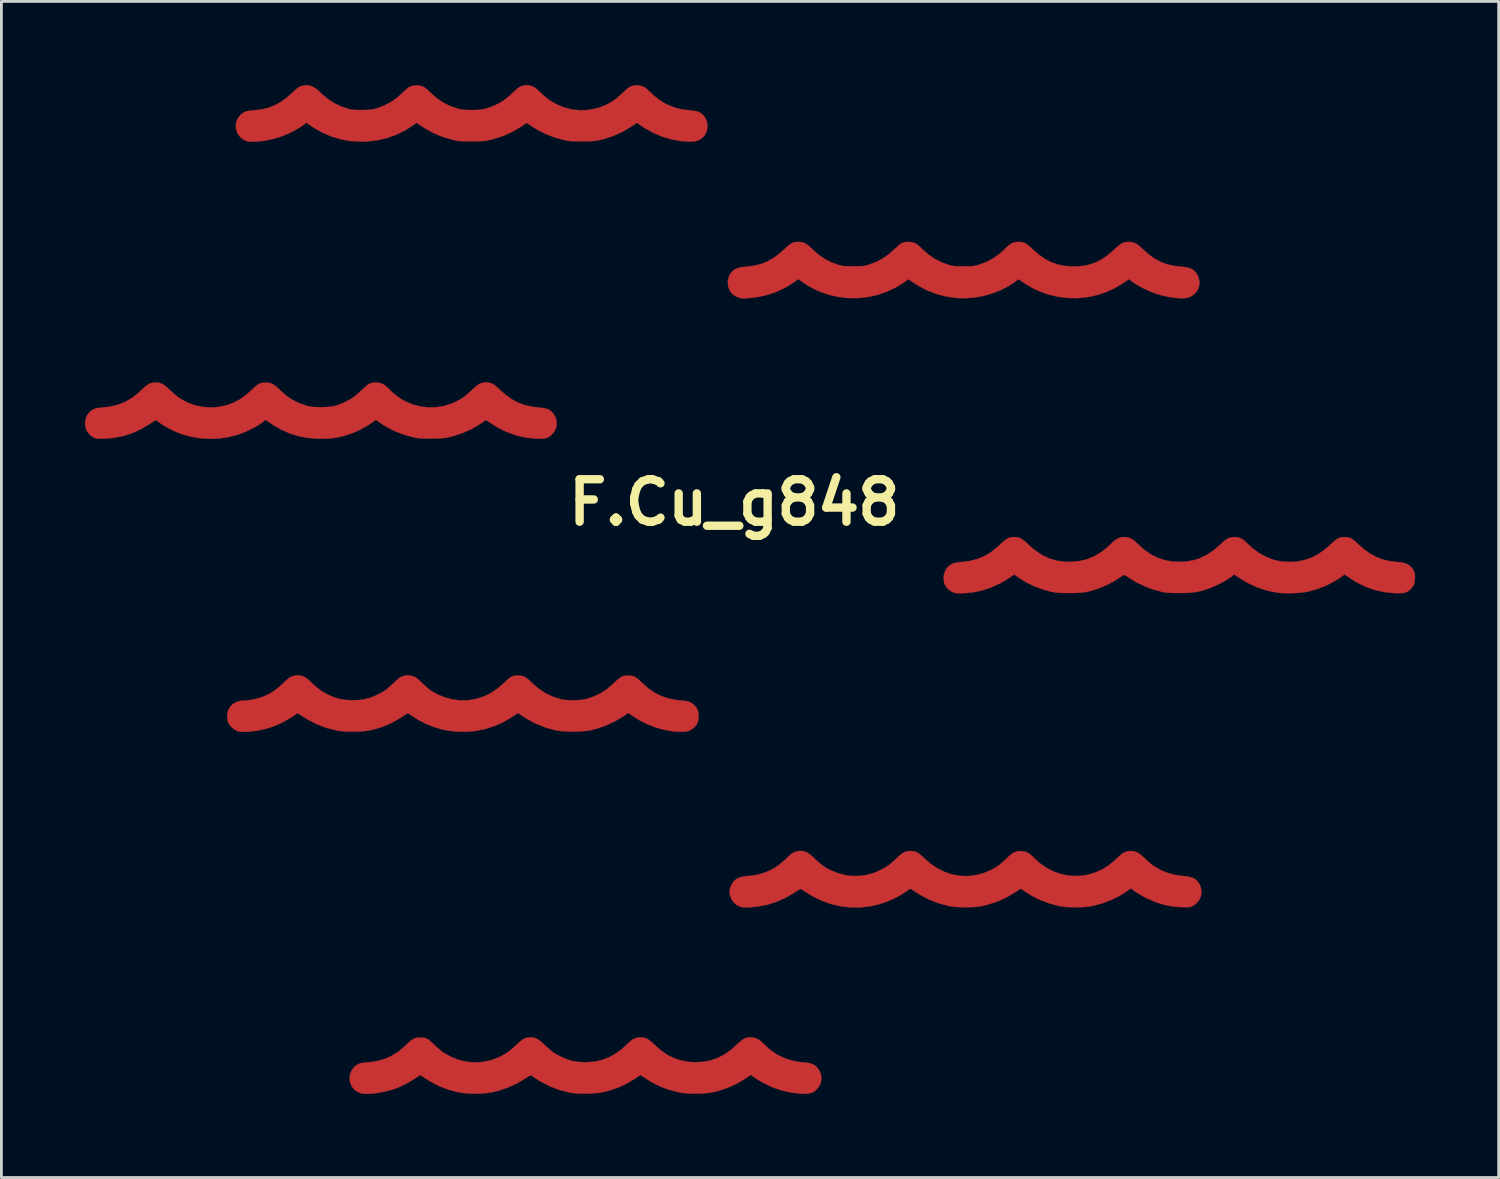
<source format=kicad_pcb>
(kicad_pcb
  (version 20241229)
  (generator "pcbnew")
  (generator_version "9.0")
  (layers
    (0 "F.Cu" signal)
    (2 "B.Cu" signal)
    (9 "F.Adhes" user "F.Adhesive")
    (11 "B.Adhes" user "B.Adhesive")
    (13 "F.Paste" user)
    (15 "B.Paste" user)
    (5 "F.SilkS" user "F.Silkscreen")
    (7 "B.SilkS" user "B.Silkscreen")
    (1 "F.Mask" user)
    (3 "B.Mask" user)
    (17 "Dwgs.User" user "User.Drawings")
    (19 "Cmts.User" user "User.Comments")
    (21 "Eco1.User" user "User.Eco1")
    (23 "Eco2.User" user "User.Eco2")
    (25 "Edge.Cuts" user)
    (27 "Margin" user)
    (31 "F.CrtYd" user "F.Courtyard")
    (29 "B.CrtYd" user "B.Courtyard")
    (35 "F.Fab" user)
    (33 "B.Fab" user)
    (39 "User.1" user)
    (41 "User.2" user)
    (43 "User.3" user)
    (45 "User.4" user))
  (footprint "F.Cu_g848"
    (layer "F.Cu")
    (at 23.309 14.989)
    (property "Reference" "F.Cu_g848" (at 0 0 0) (layer "F.SilkS") (effects (font (size 1.524 1.524) (thickness 0.3))))
    (attr through_hole)
    (fp_poly (pts (xy 0.634 19.204) (xy 0.754 19.226) (xy 0.862 19.274) (xy 0.968 19.351) (xy 1.053 19.433) (xy 1.276 19.639) (xy 1.52 19.808) (xy 1.783 19.939) (xy 2.065 20.033) (xy 2.362 20.089) (xy 2.48 20.099) (xy 2.635 20.115) (xy 2.757 20.142) (xy 2.855 20.184) (xy 2.937 20.244) (xy 2.985 20.294) (xy 3.071 20.421) (xy 3.119 20.558) (xy 3.129 20.701) (xy 3.102 20.841) (xy 3.039 20.971) (xy 2.966 21.06) (xy 2.884 21.132) (xy 2.8 21.182) (xy 2.704 21.212) (xy 2.588 21.226) (xy 2.442 21.225) (xy 2.401 21.224) (xy 2.044 21.184) (xy 1.694 21.104) (xy 1.355 20.987) (xy 1.034 20.833) (xy 0.785 20.68) (xy 0.594 20.549) (xy 0.399 20.68) (xy 0.088 20.865) (xy -0.236 21.012) (xy -0.581 21.125) (xy -0.769 21.171) (xy -0.927 21.196) (xy -1.114 21.213) (xy -1.317 21.22) (xy -1.524 21.219) (xy -1.723 21.209) (xy -1.901 21.189) (xy -2.002 21.171) (xy -2.34 21.082) (xy -2.653 20.966) (xy -2.949 20.818) (xy -3.158 20.689) (xy -3.365 20.551) (xy -3.573 20.689) (xy -3.871 20.866) (xy -4.179 21.008) (xy -4.505 21.117) (xy -4.72 21.169) (xy -4.87 21.194) (xy -5.048 21.21) (xy -5.243 21.219) (xy -5.442 21.22) (xy -5.633 21.213) (xy -5.804 21.198) (xy -5.915 21.18) (xy -6.278 21.087) (xy -6.626 20.954) (xy -6.962 20.782) (xy -7.286 20.569) (xy -7.29 20.566) (xy -7.321 20.569) (xy -7.381 20.598) (xy -7.469 20.653) (xy -7.491 20.668) (xy -7.805 20.856) (xy -8.141 21.009) (xy -8.498 21.126) (xy -8.678 21.17) (xy -8.842 21.196) (xy -9.035 21.213) (xy -9.242 21.221) (xy -9.453 21.219) (xy -9.655 21.207) (xy -9.835 21.186) (xy -9.921 21.171) (xy -10.284 21.071) (xy -10.628 20.935) (xy -10.953 20.76) (xy -11.062 20.69) (xy -11.143 20.636) (xy -11.21 20.592) (xy -11.256 20.563) (xy -11.273 20.553) (xy -11.291 20.564) (xy -11.338 20.594) (xy -11.405 20.638) (xy -11.476 20.685) (xy -11.746 20.848) (xy -12.024 20.984) (xy -12.141 21.031) (xy -12.312 21.088) (xy -12.494 21.137) (xy -12.681 21.176) (xy -12.866 21.205) (xy -13.04 21.223) (xy -13.196 21.229) (xy -13.328 21.221) (xy -13.426 21.2) (xy -13.569 21.129) (xy -13.68 21.031) (xy -13.759 20.904) (xy -13.8 20.777) (xy -13.811 20.645) (xy -13.787 20.513) (xy -13.734 20.389) (xy -13.656 20.28) (xy -13.558 20.194) (xy -13.445 20.138) (xy -13.369 20.121) (xy -13.311 20.115) (xy -13.225 20.106) (xy -13.123 20.095) (xy -13.052 20.087) (xy -12.78 20.044) (xy -12.529 19.969) (xy -12.293 19.861) (xy -12.066 19.716) (xy -11.844 19.533) (xy -11.779 19.472) (xy -11.678 19.376) (xy -11.596 19.306) (xy -11.528 19.259) (xy -11.463 19.23) (xy -11.395 19.215) (xy -11.314 19.21) (xy -11.271 19.209) (xy -11.186 19.211) (xy -11.116 19.221) (xy -11.053 19.241) (xy -10.989 19.276) (xy -10.918 19.331) (xy -10.83 19.409) (xy -10.754 19.481) (xy -10.666 19.563) (xy -10.576 19.641) (xy -10.496 19.707) (xy -10.435 19.751) (xy -10.177 19.897) (xy -9.908 20.004) (xy -9.63 20.072) (xy -9.347 20.1) (xy -9.064 20.087) (xy -8.784 20.034) (xy -8.678 20.002) (xy -8.463 19.921) (xy -8.27 19.823) (xy -8.086 19.701) (xy -7.903 19.549) (xy -7.825 19.476) (xy -7.721 19.378) (xy -7.637 19.308) (xy -7.565 19.26) (xy -7.498 19.229) (xy -7.427 19.211) (xy -7.365 19.204) (xy -7.266 19.201) (xy -7.178 19.214) (xy -7.092 19.246) (xy -7.003 19.302) (xy -6.901 19.385) (xy -6.807 19.472) (xy -6.686 19.585) (xy -6.584 19.673) (xy -6.49 19.745) (xy -6.394 19.806) (xy -6.285 19.864) (xy -6.195 19.907) (xy -5.99 19.993) (xy -5.795 20.051) (xy -5.593 20.083) (xy -5.371 20.094) (xy -5.345 20.095) (xy -5.053 20.077) (xy -4.781 20.023) (xy -4.525 19.931) (xy -4.281 19.801) (xy -4.047 19.631) (xy -3.872 19.473) (xy -3.766 19.372) (xy -3.678 19.3) (xy -3.599 19.251) (xy -3.523 19.222) (xy -3.44 19.206) (xy -3.405 19.202) (xy -3.302 19.201) (xy -3.212 19.216) (xy -3.126 19.252) (xy -3.035 19.312) (xy -2.932 19.401) (xy -2.874 19.457) (xy -2.643 19.661) (xy -2.407 19.825) (xy -2.162 19.948) (xy -1.905 20.033) (xy -1.634 20.081) (xy -1.386 20.094) (xy -1.102 20.077) (xy -0.835 20.025) (xy -0.584 19.936) (xy -0.343 19.81) (xy -0.11 19.643) (xy 0.098 19.457) (xy 0.211 19.351) (xy 0.309 19.277) (xy 0.399 19.229) (xy 0.489 19.205) (xy 0.587 19.201) (xy 0.634 19.204)) (stroke (width 0.01) (type solid)) (fill yes) (layer "F.Cu"))
    (fp_poly (pts (xy 2.32 -9.355) (xy 2.427 -9.346) (xy 2.524 -9.316) (xy 2.619 -9.261) (xy 2.72 -9.175) (xy 2.781 -9.116) (xy 3.005 -8.912) (xy 3.243 -8.746) (xy 3.5 -8.616) (xy 3.719 -8.537) (xy 3.791 -8.516) (xy 3.853 -8.5) (xy 3.916 -8.49) (xy 3.988 -8.484) (xy 4.079 -8.481) (xy 4.198 -8.48) (xy 4.276 -8.479) (xy 4.413 -8.48) (xy 4.518 -8.482) (xy 4.599 -8.486) (xy 4.666 -8.494) (xy 4.727 -8.507) (xy 4.792 -8.525) (xy 4.832 -8.537) (xy 5.091 -8.633) (xy 5.326 -8.756) (xy 5.547 -8.911) (xy 5.756 -9.097) (xy 5.86 -9.197) (xy 5.947 -9.267) (xy 6.026 -9.314) (xy 6.104 -9.341) (xy 6.191 -9.353) (xy 6.255 -9.355) (xy 6.353 -9.35) (xy 6.436 -9.333) (xy 6.514 -9.299) (xy 6.595 -9.243) (xy 6.687 -9.161) (xy 6.752 -9.098) (xy 6.971 -8.903) (xy 7.199 -8.746) (xy 7.445 -8.621) (xy 7.677 -8.537) (xy 7.749 -8.516) (xy 7.811 -8.5) (xy 7.874 -8.49) (xy 7.946 -8.484) (xy 8.037 -8.481) (xy 8.156 -8.48) (xy 8.234 -8.479) (xy 8.372 -8.48) (xy 8.476 -8.482) (xy 8.557 -8.486) (xy 8.624 -8.494) (xy 8.685 -8.507) (xy 8.751 -8.525) (xy 8.79 -8.537) (xy 9.066 -8.641) (xy 9.319 -8.779) (xy 9.554 -8.952) (xy 9.729 -9.116) (xy 9.838 -9.219) (xy 9.935 -9.29) (xy 10.03 -9.333) (xy 10.13 -9.353) (xy 10.189 -9.355) (xy 10.279 -9.353) (xy 10.354 -9.342) (xy 10.423 -9.318) (xy 10.494 -9.277) (xy 10.573 -9.216) (xy 10.671 -9.129) (xy 10.722 -9.081) (xy 10.94 -8.893) (xy 11.155 -8.742) (xy 11.372 -8.628) (xy 11.598 -8.547) (xy 11.84 -8.496) (xy 12.097 -8.473) (xy 12.386 -8.477) (xy 12.653 -8.516) (xy 12.905 -8.59) (xy 13.143 -8.701) (xy 13.374 -8.852) (xy 13.601 -9.042) (xy 13.619 -9.06) (xy 13.734 -9.166) (xy 13.828 -9.244) (xy 13.909 -9.297) (xy 13.984 -9.331) (xy 14.061 -9.349) (xy 14.147 -9.355) (xy 14.161 -9.355) (xy 14.259 -9.349) (xy 14.346 -9.328) (xy 14.43 -9.289) (xy 14.52 -9.226) (xy 14.624 -9.136) (xy 14.679 -9.083) (xy 14.89 -8.895) (xy 15.1 -8.746) (xy 15.317 -8.631) (xy 15.548 -8.548) (xy 15.801 -8.494) (xy 16.031 -8.467) (xy 16.196 -8.449) (xy 16.325 -8.42) (xy 16.428 -8.378) (xy 16.51 -8.32) (xy 16.58 -8.243) (xy 16.584 -8.237) (xy 16.659 -8.101) (xy 16.696 -7.96) (xy 16.696 -7.82) (xy 16.661 -7.686) (xy 16.593 -7.565) (xy 16.496 -7.463) (xy 16.369 -7.385) (xy 16.284 -7.353) (xy 16.192 -7.335) (xy 16.079 -7.33) (xy 15.939 -7.336) (xy 15.767 -7.355) (xy 15.6 -7.379) (xy 15.352 -7.433) (xy 15.091 -7.515) (xy 14.83 -7.62) (xy 14.583 -7.742) (xy 14.362 -7.877) (xy 14.32 -7.906) (xy 14.166 -8.017) (xy 13.999 -7.901) (xy 13.688 -7.711) (xy 13.36 -7.558) (xy 13.021 -7.445) (xy 12.672 -7.371) (xy 12.317 -7.336) (xy 11.959 -7.342) (xy 11.602 -7.389) (xy 11.248 -7.476) (xy 11.197 -7.493) (xy 10.96 -7.579) (xy 10.742 -7.68) (xy 10.525 -7.804) (xy 10.407 -7.881) (xy 10.203 -8.017) (xy 10.092 -7.934) (xy 9.818 -7.754) (xy 9.518 -7.604) (xy 9.199 -7.485) (xy 8.868 -7.398) (xy 8.53 -7.347) (xy 8.193 -7.332) (xy 7.959 -7.344) (xy 7.59 -7.399) (xy 7.239 -7.492) (xy 6.905 -7.623) (xy 6.585 -7.794) (xy 6.45 -7.881) (xy 6.253 -8.015) (xy 6.106 -7.911) (xy 5.799 -7.72) (xy 5.476 -7.567) (xy 5.139 -7.452) (xy 4.794 -7.375) (xy 4.442 -7.338) (xy 4.088 -7.339) (xy 3.734 -7.38) (xy 3.385 -7.46) (xy 3.044 -7.581) (xy 3.009 -7.596) (xy 2.837 -7.678) (xy 2.661 -7.775) (xy 2.498 -7.877) (xy 2.397 -7.949) (xy 2.303 -8.021) (xy 2.194 -7.942) (xy 1.884 -7.742) (xy 1.56 -7.582) (xy 1.22 -7.462) (xy 0.864 -7.38) (xy 0.603 -7.346) (xy 0.48 -7.335) (xy 0.39 -7.328) (xy 0.323 -7.327) (xy 0.271 -7.331) (xy 0.224 -7.339) (xy 0.201 -7.344) (xy 0.051 -7.402) (xy -0.07 -7.489) (xy -0.158 -7.602) (xy -0.213 -7.738) (xy -0.232 -7.895) (xy -0.232 -7.895) (xy -0.216 -8.042) (xy -0.167 -8.169) (xy -0.088 -8.28) (xy -0.015 -8.347) (xy 0.076 -8.397) (xy 0.191 -8.433) (xy 0.336 -8.457) (xy 0.441 -8.467) (xy 0.707 -8.501) (xy 0.95 -8.56) (xy 1.177 -8.649) (xy 1.396 -8.77) (xy 1.611 -8.926) (xy 1.81 -9.102) (xy 1.914 -9.198) (xy 1.999 -9.266) (xy 2.073 -9.312) (xy 2.145 -9.339) (xy 2.224 -9.352) (xy 2.319 -9.355) (xy 2.32 -9.355)) (stroke (width 0.01) (type solid)) (fill yes) (layer "F.Cu"))
    (fp_poly (pts (xy 14.103 1.248) (xy 14.196 1.273) (xy 14.287 1.32) (xy 14.385 1.393) (xy 14.498 1.497) (xy 14.513 1.513) (xy 14.74 1.713) (xy 14.976 1.874) (xy 15.224 1.994) (xy 15.488 2.077) (xy 15.77 2.123) (xy 15.896 2.131) (xy 16.189 2.125) (xy 16.467 2.079) (xy 16.731 1.995) (xy 16.983 1.87) (xy 17.224 1.705) (xy 17.431 1.524) (xy 17.544 1.418) (xy 17.639 1.341) (xy 17.723 1.289) (xy 17.804 1.258) (xy 17.889 1.243) (xy 17.949 1.24) (xy 18.078 1.251) (xy 18.191 1.288) (xy 18.297 1.356) (xy 18.408 1.46) (xy 18.409 1.461) (xy 18.606 1.645) (xy 18.83 1.807) (xy 19.069 1.942) (xy 19.316 2.043) (xy 19.42 2.074) (xy 19.594 2.109) (xy 19.789 2.129) (xy 19.99 2.134) (xy 20.18 2.123) (xy 20.285 2.108) (xy 20.527 2.049) (xy 20.748 1.968) (xy 20.957 1.859) (xy 21.161 1.719) (xy 21.367 1.542) (xy 21.396 1.515) (xy 21.505 1.416) (xy 21.592 1.343) (xy 21.667 1.293) (xy 21.735 1.262) (xy 21.806 1.246) (xy 21.886 1.241) (xy 21.907 1.24) (xy 21.999 1.245) (xy 22.077 1.261) (xy 22.151 1.293) (xy 22.229 1.345) (xy 22.32 1.422) (xy 22.395 1.492) (xy 22.617 1.687) (xy 22.838 1.843) (xy 23.063 1.964) (xy 23.299 2.051) (xy 23.552 2.108) (xy 23.791 2.136) (xy 23.955 2.154) (xy 24.085 2.182) (xy 24.188 2.226) (xy 24.271 2.289) (xy 24.343 2.374) (xy 24.379 2.431) (xy 24.41 2.489) (xy 24.427 2.543) (xy 24.435 2.61) (xy 24.437 2.699) (xy 24.429 2.832) (xy 24.401 2.938) (xy 24.348 3.03) (xy 24.272 3.115) (xy 24.208 3.171) (xy 24.144 3.211) (xy 24.072 3.238) (xy 23.983 3.252) (xy 23.869 3.257) (xy 23.723 3.254) (xy 23.701 3.253) (xy 23.345 3.218) (xy 23.003 3.143) (xy 22.673 3.028) (xy 22.353 2.872) (xy 22.109 2.72) (xy 21.908 2.584) (xy 21.753 2.695) (xy 21.512 2.848) (xy 21.242 2.984) (xy 20.954 3.098) (xy 20.659 3.185) (xy 20.638 3.19) (xy 20.464 3.222) (xy 20.262 3.244) (xy 20.045 3.256) (xy 19.826 3.258) (xy 19.619 3.248) (xy 19.441 3.229) (xy 19.103 3.155) (xy 18.768 3.043) (xy 18.445 2.894) (xy 18.147 2.716) (xy 17.944 2.58) (xy 17.899 2.621) (xy 17.815 2.688) (xy 17.7 2.763) (xy 17.563 2.843) (xy 17.413 2.922) (xy 17.259 2.995) (xy 17.111 3.058) (xy 17.037 3.086) (xy 16.87 3.142) (xy 16.718 3.184) (xy 16.57 3.214) (xy 16.415 3.233) (xy 16.243 3.245) (xy 16.043 3.249) (xy 15.981 3.249) (xy 15.812 3.248) (xy 15.677 3.245) (xy 15.568 3.239) (xy 15.477 3.23) (xy 15.397 3.217) (xy 15.367 3.211) (xy 15.053 3.127) (xy 14.743 3.012) (xy 14.449 2.871) (xy 14.181 2.709) (xy 14.171 2.701) (xy 14.092 2.648) (xy 14.039 2.616) (xy 14.004 2.602) (xy 13.98 2.603) (xy 13.959 2.614) (xy 13.673 2.803) (xy 13.391 2.955) (xy 13.108 3.074) (xy 13.031 3.101) (xy 12.879 3.15) (xy 12.746 3.186) (xy 12.623 3.213) (xy 12.497 3.231) (xy 12.36 3.242) (xy 12.201 3.248) (xy 12.023 3.249) (xy 11.866 3.249) (xy 11.743 3.246) (xy 11.645 3.242) (xy 11.562 3.234) (xy 11.485 3.223) (xy 11.406 3.208) (xy 11.369 3.2) (xy 11.047 3.111) (xy 10.738 2.993) (xy 10.451 2.849) (xy 10.211 2.697) (xy 10.055 2.585) (xy 9.855 2.718) (xy 9.547 2.901) (xy 9.226 3.048) (xy 8.897 3.157) (xy 8.563 3.228) (xy 8.229 3.258) (xy 8.149 3.26) (xy 8.045 3.259) (xy 7.97 3.255) (xy 7.914 3.245) (xy 7.865 3.228) (xy 7.811 3.202) (xy 7.808 3.201) (xy 7.7 3.126) (xy 7.61 3.029) (xy 7.549 2.921) (xy 7.536 2.883) (xy 7.514 2.733) (xy 7.527 2.585) (xy 7.574 2.448) (xy 7.652 2.33) (xy 7.694 2.288) (xy 7.763 2.235) (xy 7.833 2.196) (xy 7.915 2.169) (xy 8.019 2.15) (xy 8.154 2.137) (xy 8.169 2.135) (xy 8.465 2.097) (xy 8.736 2.026) (xy 8.987 1.92) (xy 9.224 1.778) (xy 9.451 1.596) (xy 9.544 1.507) (xy 9.655 1.403) (xy 9.75 1.329) (xy 9.836 1.28) (xy 9.924 1.252) (xy 10.02 1.242) (xy 10.054 1.241) (xy 10.143 1.246) (xy 10.222 1.265) (xy 10.301 1.3) (xy 10.385 1.357) (xy 10.482 1.438) (xy 10.583 1.533) (xy 10.817 1.733) (xy 11.062 1.893) (xy 11.318 2.011) (xy 11.586 2.09) (xy 11.868 2.129) (xy 12.118 2.131) (xy 12.403 2.1) (xy 12.668 2.036) (xy 12.916 1.936) (xy 13.151 1.798) (xy 13.376 1.622) (xy 13.513 1.492) (xy 13.627 1.385) (xy 13.73 1.311) (xy 13.828 1.265) (xy 13.932 1.243) (xy 14.002 1.24) (xy 14.103 1.248)) (stroke (width 0.01) (type solid)) (fill yes) (layer "F.Cu"))
    (fp_poly (pts (xy -8.814 -4.304) (xy -8.743 -4.284) (xy -8.689 -4.265) (xy -8.637 -4.237) (xy -8.578 -4.194) (xy -8.506 -4.131) (xy -8.425 -4.055) (xy -8.203 -3.86) (xy -7.982 -3.704) (xy -7.756 -3.584) (xy -7.518 -3.496) (xy -7.261 -3.438) (xy -7.017 -3.41) (xy -6.865 -3.393) (xy -6.746 -3.368) (xy -6.652 -3.331) (xy -6.574 -3.278) (xy -6.51 -3.212) (xy -6.428 -3.087) (xy -6.383 -2.949) (xy -6.375 -2.807) (xy -6.402 -2.667) (xy -6.465 -2.537) (xy -6.557 -2.43) (xy -6.631 -2.371) (xy -6.705 -2.329) (xy -6.789 -2.303) (xy -6.891 -2.291) (xy -7.022 -2.289) (xy -7.107 -2.292) (xy -7.464 -2.328) (xy -7.812 -2.405) (xy -8.15 -2.524) (xy -8.476 -2.682) (xy -8.705 -2.823) (xy -8.912 -2.961) (xy -9.113 -2.825) (xy -9.419 -2.643) (xy -9.75 -2.494) (xy -10.106 -2.379) (xy -10.288 -2.335) (xy -10.367 -2.32) (xy -10.454 -2.31) (xy -10.555 -2.302) (xy -10.68 -2.298) (xy -10.836 -2.297) (xy -10.89 -2.297) (xy -11.045 -2.297) (xy -11.167 -2.3) (xy -11.265 -2.304) (xy -11.349 -2.312) (xy -11.426 -2.324) (xy -11.508 -2.34) (xy -11.533 -2.346) (xy -11.899 -2.448) (xy -12.245 -2.588) (xy -12.569 -2.763) (xy -12.798 -2.919) (xy -12.865 -2.968) (xy -12.98 -2.883) (xy -13.199 -2.738) (xy -13.446 -2.606) (xy -13.707 -2.492) (xy -13.966 -2.403) (xy -14.076 -2.374) (xy -14.252 -2.335) (xy -14.414 -2.309) (xy -14.576 -2.294) (xy -14.752 -2.289) (xy -14.955 -2.292) (xy -14.962 -2.292) (xy -15.304 -2.319) (xy -15.624 -2.378) (xy -15.929 -2.47) (xy -16.226 -2.598) (xy -16.523 -2.765) (xy -16.634 -2.837) (xy -16.83 -2.968) (xy -16.877 -2.926) (xy -16.969 -2.853) (xy -17.093 -2.772) (xy -17.241 -2.689) (xy -17.402 -2.607) (xy -17.57 -2.53) (xy -17.735 -2.465) (xy -17.823 -2.434) (xy -18.145 -2.35) (xy -18.483 -2.3) (xy -18.828 -2.286) (xy -19.173 -2.307) (xy -19.51 -2.363) (xy -19.77 -2.434) (xy -19.948 -2.499) (xy -20.138 -2.582) (xy -20.324 -2.675) (xy -20.493 -2.772) (xy -20.602 -2.845) (xy -20.768 -2.964) (xy -20.961 -2.835) (xy -21.276 -2.646) (xy -21.594 -2.498) (xy -21.918 -2.391) (xy -22.251 -2.323) (xy -22.574 -2.295) (xy -22.708 -2.292) (xy -22.807 -2.293) (xy -22.879 -2.298) (xy -22.932 -2.309) (xy -22.953 -2.316) (xy -23.081 -2.385) (xy -23.184 -2.485) (xy -23.259 -2.607) (xy -23.299 -2.745) (xy -23.305 -2.82) (xy -23.295 -2.959) (xy -23.262 -3.071) (xy -23.202 -3.171) (xy -23.171 -3.209) (xy -23.102 -3.28) (xy -23.031 -3.331) (xy -22.95 -3.367) (xy -22.848 -3.391) (xy -22.716 -3.407) (xy -22.669 -3.41) (xy -22.369 -3.449) (xy -22.095 -3.519) (xy -21.842 -3.623) (xy -21.606 -3.763) (xy -21.383 -3.941) (xy -21.289 -4.03) (xy -21.178 -4.135) (xy -21.086 -4.21) (xy -21.003 -4.261) (xy -20.922 -4.29) (xy -20.836 -4.303) (xy -20.786 -4.305) (xy -20.695 -4.303) (xy -20.618 -4.291) (xy -20.548 -4.266) (xy -20.476 -4.223) (xy -20.395 -4.159) (xy -20.295 -4.069) (xy -20.257 -4.033) (xy -20.15 -3.935) (xy -20.037 -3.841) (xy -19.932 -3.76) (xy -19.855 -3.708) (xy -19.601 -3.576) (xy -19.334 -3.483) (xy -19.058 -3.428) (xy -18.778 -3.411) (xy -18.499 -3.433) (xy -18.224 -3.492) (xy -17.958 -3.591) (xy -17.737 -3.708) (xy -17.647 -3.77) (xy -17.54 -3.853) (xy -17.428 -3.948) (xy -17.335 -4.033) (xy -17.228 -4.132) (xy -17.141 -4.205) (xy -17.067 -4.254) (xy -16.997 -4.284) (xy -16.924 -4.3) (xy -16.839 -4.305) (xy -16.806 -4.305) (xy -16.708 -4.298) (xy -16.621 -4.275) (xy -16.535 -4.231) (xy -16.444 -4.163) (xy -16.339 -4.066) (xy -16.307 -4.035) (xy -16.087 -3.839) (xy -15.853 -3.681) (xy -15.598 -3.556) (xy -15.333 -3.468) (xy -15.256 -3.449) (xy -15.181 -3.436) (xy -15.096 -3.428) (xy -14.991 -3.423) (xy -14.856 -3.422) (xy -14.838 -3.422) (xy -14.652 -3.426) (xy -14.496 -3.439) (xy -14.357 -3.463) (xy -14.223 -3.503) (xy -14.08 -3.559) (xy -13.975 -3.608) (xy -13.856 -3.668) (xy -13.757 -3.723) (xy -13.667 -3.783) (xy -13.577 -3.853) (xy -13.477 -3.94) (xy -13.364 -4.045) (xy -13.272 -4.131) (xy -13.202 -4.192) (xy -13.146 -4.234) (xy -13.096 -4.262) (xy -13.045 -4.282) (xy -13.026 -4.288) (xy -12.873 -4.312) (xy -12.726 -4.294) (xy -12.586 -4.236) (xy -12.456 -4.137) (xy -12.396 -4.074) (xy -12.305 -3.982) (xy -12.188 -3.882) (xy -12.058 -3.783) (xy -11.926 -3.695) (xy -11.813 -3.631) (xy -11.545 -3.519) (xy -11.268 -3.447) (xy -10.985 -3.413) (xy -10.701 -3.419) (xy -10.421 -3.465) (xy -10.15 -3.55) (xy -10.04 -3.598) (xy -9.901 -3.667) (xy -9.779 -3.739) (xy -9.663 -3.822) (xy -9.541 -3.923) (xy -9.408 -4.045) (xy -9.314 -4.133) (xy -9.242 -4.195) (xy -9.185 -4.237) (xy -9.133 -4.265) (xy -9.081 -4.284) (xy -9.079 -4.285) (xy -8.98 -4.309) (xy -8.899 -4.316) (xy -8.814 -4.304)) (stroke (width 0.01) (type solid)) (fill yes) (layer "F.Cu"))
    (fp_poly (pts (xy -15.534 6.224) (xy -15.497 6.235) (xy -15.445 6.254) (xy -15.393 6.282) (xy -15.335 6.325) (xy -15.261 6.388) (xy -15.17 6.473) (xy -15.031 6.6) (xy -14.908 6.701) (xy -14.789 6.785) (xy -14.663 6.858) (xy -14.532 6.923) (xy -14.343 7.002) (xy -14.157 7.055) (xy -13.961 7.086) (xy -13.743 7.098) (xy -13.695 7.099) (xy -13.474 7.091) (xy -13.279 7.065) (xy -13.095 7.017) (xy -12.908 6.946) (xy -12.835 6.912) (xy -12.716 6.854) (xy -12.616 6.798) (xy -12.525 6.738) (xy -12.433 6.666) (xy -12.331 6.577) (xy -12.222 6.475) (xy -12.127 6.387) (xy -12.055 6.325) (xy -11.996 6.282) (xy -11.945 6.254) (xy -11.893 6.235) (xy -11.893 6.235) (xy -11.78 6.208) (xy -11.681 6.205) (xy -11.575 6.225) (xy -11.538 6.235) (xy -11.486 6.254) (xy -11.435 6.281) (xy -11.378 6.323) (xy -11.307 6.384) (xy -11.215 6.47) (xy -11.211 6.474) (xy -11.123 6.556) (xy -11.037 6.634) (xy -10.961 6.699) (xy -10.904 6.743) (xy -10.897 6.748) (xy -10.664 6.884) (xy -10.411 6.989) (xy -10.146 7.062) (xy -9.876 7.101) (xy -9.611 7.104) (xy -9.496 7.092) (xy -9.22 7.039) (xy -8.964 6.952) (xy -8.722 6.831) (xy -8.49 6.672) (xy -8.266 6.476) (xy -8.163 6.379) (xy -8.082 6.31) (xy -8.013 6.262) (xy -7.948 6.233) (xy -7.88 6.219) (xy -7.8 6.213) (xy -7.768 6.213) (xy -7.672 6.217) (xy -7.591 6.232) (xy -7.517 6.262) (xy -7.44 6.312) (xy -7.353 6.386) (xy -7.261 6.475) (xy -7.028 6.679) (xy -6.779 6.844) (xy -6.512 6.971) (xy -6.227 7.062) (xy -6.221 7.063) (xy -6.089 7.086) (xy -5.929 7.098) (xy -5.757 7.101) (xy -5.586 7.093) (xy -5.43 7.077) (xy -5.309 7.053) (xy -5.044 6.966) (xy -4.805 6.853) (xy -4.584 6.71) (xy -4.37 6.531) (xy -4.326 6.488) (xy -4.22 6.388) (xy -4.134 6.315) (xy -4.06 6.265) (xy -3.99 6.234) (xy -3.916 6.219) (xy -3.83 6.214) (xy -3.81 6.213) (xy -3.717 6.217) (xy -3.639 6.231) (xy -3.566 6.261) (xy -3.492 6.309) (xy -3.406 6.381) (xy -3.301 6.481) (xy -3.301 6.481) (xy -3.08 6.677) (xy -2.849 6.833) (xy -2.605 6.953) (xy -2.341 7.04) (xy -2.054 7.094) (xy -1.903 7.109) (xy -1.769 7.122) (xy -1.666 7.141) (xy -1.586 7.167) (xy -1.518 7.205) (xy -1.453 7.258) (xy -1.443 7.268) (xy -1.363 7.357) (xy -1.312 7.452) (xy -1.287 7.564) (xy -1.281 7.673) (xy -1.29 7.807) (xy -1.32 7.914) (xy -1.376 8.007) (xy -1.443 8.079) (xy -1.537 8.153) (xy -1.64 8.201) (xy -1.763 8.227) (xy -1.892 8.233) (xy -2.2 8.215) (xy -2.515 8.16) (xy -2.831 8.071) (xy -3.14 7.95) (xy -3.432 7.801) (xy -3.617 7.684) (xy -3.806 7.555) (xy -3.979 7.673) (xy -4.283 7.855) (xy -4.609 8.007) (xy -4.95 8.124) (xy -5.15 8.175) (xy -5.299 8.199) (xy -5.476 8.216) (xy -5.671 8.224) (xy -5.872 8.225) (xy -6.067 8.218) (xy -6.246 8.203) (xy -6.396 8.18) (xy -6.417 8.176) (xy -6.776 8.077) (xy -7.111 7.944) (xy -7.428 7.776) (xy -7.559 7.693) (xy -7.765 7.556) (xy -7.967 7.693) (xy -8.274 7.876) (xy -8.599 8.022) (xy -8.938 8.13) (xy -9.287 8.201) (xy -9.642 8.232) (xy -10 8.224) (xy -10.356 8.175) (xy -10.526 8.137) (xy -10.801 8.053) (xy -11.074 7.941) (xy -11.333 7.808) (xy -11.565 7.66) (xy -11.597 7.636) (xy -11.672 7.586) (xy -11.72 7.566) (xy -11.739 7.569) (xy -11.984 7.732) (xy -12.213 7.865) (xy -12.435 7.974) (xy -12.659 8.062) (xy -12.894 8.134) (xy -13.102 8.184) (xy -13.223 8.202) (xy -13.374 8.216) (xy -13.546 8.223) (xy -13.727 8.225) (xy -13.906 8.221) (xy -14.072 8.211) (xy -14.214 8.195) (xy -14.276 8.184) (xy -14.64 8.091) (xy -14.983 7.96) (xy -15.307 7.793) (xy -15.465 7.693) (xy -15.558 7.634) (xy -15.631 7.592) (xy -15.68 7.571) (xy -15.697 7.571) (xy -15.895 7.709) (xy -16.118 7.841) (xy -16.349 7.958) (xy -16.498 8.021) (xy -16.658 8.078) (xy -16.833 8.127) (xy -17.015 8.169) (xy -17.198 8.201) (xy -17.374 8.223) (xy -17.535 8.234) (xy -17.676 8.233) (xy -17.787 8.219) (xy -17.834 8.206) (xy -17.975 8.131) (xy -18.085 8.029) (xy -18.117 7.987) (xy -18.166 7.899) (xy -18.194 7.812) (xy -18.202 7.71) (xy -18.198 7.606) (xy -18.167 7.463) (xy -18.1 7.339) (xy -18.004 7.239) (xy -17.882 7.165) (xy -17.739 7.122) (xy -17.636 7.113) (xy -17.49 7.104) (xy -17.325 7.081) (xy -17.161 7.047) (xy -17.078 7.025) (xy -16.876 6.956) (xy -16.689 6.867) (xy -16.509 6.754) (xy -16.328 6.611) (xy -16.181 6.477) (xy -16.087 6.389) (xy -16.016 6.327) (xy -15.959 6.284) (xy -15.908 6.256) (xy -15.857 6.237) (xy -15.852 6.235) (xy -15.739 6.209) (xy -15.64 6.205) (xy -15.534 6.224)) (stroke (width 0.01) (type solid)) (fill yes) (layer "F.Cu"))
    (fp_poly (pts (xy 6.427 12.516) (xy 6.514 12.538) (xy 6.598 12.581) (xy 6.689 12.648) (xy 6.795 12.744) (xy 6.819 12.768) (xy 7.051 12.971) (xy 7.298 13.136) (xy 7.557 13.264) (xy 7.825 13.352) (xy 8.099 13.402) (xy 8.377 13.412) (xy 8.656 13.381) (xy 8.933 13.311) (xy 9.205 13.199) (xy 9.218 13.192) (xy 9.329 13.134) (xy 9.425 13.075) (xy 9.516 13.009) (xy 9.612 12.929) (xy 9.724 12.826) (xy 9.758 12.794) (xy 9.863 12.696) (xy 9.948 12.624) (xy 10.019 12.575) (xy 10.086 12.543) (xy 10.156 12.525) (xy 10.236 12.515) (xy 10.247 12.514) (xy 10.374 12.518) (xy 10.489 12.55) (xy 10.601 12.614) (xy 10.716 12.714) (xy 10.742 12.741) (xy 10.967 12.947) (xy 11.213 13.118) (xy 11.477 13.251) (xy 11.754 13.346) (xy 11.761 13.348) (xy 11.97 13.388) (xy 12.197 13.406) (xy 12.424 13.402) (xy 12.637 13.375) (xy 12.706 13.36) (xy 12.971 13.279) (xy 13.211 13.171) (xy 13.435 13.031) (xy 13.652 12.854) (xy 13.727 12.783) (xy 13.84 12.677) (xy 13.937 12.601) (xy 14.024 12.551) (xy 14.11 12.522) (xy 14.201 12.511) (xy 14.235 12.51) (xy 14.329 12.517) (xy 14.416 12.539) (xy 14.501 12.581) (xy 14.593 12.648) (xy 14.701 12.743) (xy 14.741 12.781) (xy 14.83 12.864) (xy 14.924 12.945) (xy 15.01 13.015) (xy 15.068 13.058) (xy 15.311 13.198) (xy 15.576 13.304) (xy 15.859 13.376) (xy 16.133 13.41) (xy 16.305 13.43) (xy 16.443 13.468) (xy 16.552 13.525) (xy 16.629 13.595) (xy 16.714 13.726) (xy 16.761 13.865) (xy 16.771 14.008) (xy 16.745 14.147) (xy 16.684 14.277) (xy 16.591 14.39) (xy 16.465 14.481) (xy 16.458 14.485) (xy 16.418 14.504) (xy 16.376 14.517) (xy 16.323 14.525) (xy 16.25 14.528) (xy 16.147 14.529) (xy 16.097 14.528) (xy 15.772 14.507) (xy 15.452 14.447) (xy 15.135 14.349) (xy 14.814 14.21) (xy 14.753 14.179) (xy 14.645 14.121) (xy 14.535 14.057) (xy 14.437 13.997) (xy 14.373 13.953) (xy 14.236 13.852) (xy 14.083 13.961) (xy 13.826 14.124) (xy 13.539 14.266) (xy 13.231 14.383) (xy 12.91 14.472) (xy 12.869 14.481) (xy 12.703 14.508) (xy 12.509 14.525) (xy 12.3 14.532) (xy 12.089 14.529) (xy 11.889 14.517) (xy 11.712 14.494) (xy 11.651 14.482) (xy 11.287 14.385) (xy 10.947 14.253) (xy 10.629 14.087) (xy 10.482 13.994) (xy 10.404 13.942) (xy 10.339 13.9) (xy 10.295 13.872) (xy 10.281 13.864) (xy 10.261 13.875) (xy 10.214 13.905) (xy 10.146 13.95) (xy 10.067 14.002) (xy 9.753 14.187) (xy 9.417 14.335) (xy 9.063 14.447) (xy 8.869 14.491) (xy 8.714 14.513) (xy 8.531 14.526) (xy 8.332 14.531) (xy 8.13 14.528) (xy 7.938 14.516) (xy 7.768 14.496) (xy 7.691 14.482) (xy 7.331 14.385) (xy 6.992 14.254) (xy 6.671 14.085) (xy 6.526 13.993) (xy 6.447 13.941) (xy 6.381 13.899) (xy 6.337 13.872) (xy 6.322 13.864) (xy 6.301 13.876) (xy 6.253 13.907) (xy 6.189 13.952) (xy 6.149 13.98) (xy 5.945 14.109) (xy 5.712 14.229) (xy 5.46 14.335) (xy 5.204 14.421) (xy 4.955 14.482) (xy 4.916 14.489) (xy 4.549 14.534) (xy 4.186 14.536) (xy 3.829 14.496) (xy 3.478 14.415) (xy 3.134 14.293) (xy 2.798 14.129) (xy 2.47 13.924) (xy 2.403 13.877) (xy 2.373 13.878) (xy 2.315 13.905) (xy 2.226 13.959) (xy 2.179 13.99) (xy 1.862 14.178) (xy 1.532 14.327) (xy 1.193 14.437) (xy 0.846 14.506) (xy 0.551 14.532) (xy 0.424 14.535) (xy 0.328 14.532) (xy 0.254 14.522) (xy 0.204 14.508) (xy 0.087 14.45) (xy -0.016 14.359) (xy -0.097 14.244) (xy -0.15 14.115) (xy -0.169 13.981) (xy -0.169 13.981) (xy -0.152 13.856) (xy -0.105 13.73) (xy -0.036 13.62) (xy -0.019 13.6) (xy 0.062 13.526) (xy 0.154 13.473) (xy 0.267 13.438) (xy 0.409 13.416) (xy 0.476 13.41) (xy 0.716 13.384) (xy 0.933 13.338) (xy 1.141 13.268) (xy 1.143 13.267) (xy 1.321 13.188) (xy 1.484 13.096) (xy 1.641 12.983) (xy 1.801 12.844) (xy 1.909 12.741) (xy 2.018 12.64) (xy 2.116 12.571) (xy 2.211 12.53) (xy 2.314 12.512) (xy 2.371 12.509) (xy 2.465 12.515) (xy 2.55 12.536) (xy 2.634 12.576) (xy 2.724 12.638) (xy 2.828 12.728) (xy 2.888 12.784) (xy 3.006 12.895) (xy 3.106 12.981) (xy 3.196 13.05) (xy 3.288 13.11) (xy 3.389 13.166) (xy 3.44 13.192) (xy 3.687 13.296) (xy 3.948 13.368) (xy 4.211 13.406) (xy 4.469 13.407) (xy 4.553 13.4) (xy 4.727 13.374) (xy 4.875 13.341) (xy 5.018 13.295) (xy 5.171 13.23) (xy 5.218 13.208) (xy 5.342 13.146) (xy 5.446 13.087) (xy 5.541 13.023) (xy 5.636 12.947) (xy 5.743 12.852) (xy 5.828 12.77) (xy 5.941 12.667) (xy 6.037 12.593) (xy 6.125 12.545) (xy 6.214 12.519) (xy 6.311 12.51) (xy 6.329 12.509) (xy 6.427 12.516)) (stroke (width 0.01) (type solid)) (fill yes) (layer "F.Cu"))
    (fp_poly (pts (xy -7.353 -14.972) (xy -7.282 -14.952) (xy -7.228 -14.933) (xy -7.176 -14.905) (xy -7.118 -14.862) (xy -7.045 -14.799) (xy -6.964 -14.723) (xy -6.875 -14.64) (xy -6.783 -14.559) (xy -6.699 -14.49) (xy -6.634 -14.442) (xy -6.377 -14.292) (xy -6.108 -14.182) (xy -5.83 -14.111) (xy -5.547 -14.08) (xy -5.261 -14.09) (xy -4.976 -14.141) (xy -4.815 -14.189) (xy -4.598 -14.275) (xy -4.401 -14.382) (xy -4.213 -14.517) (xy -4.024 -14.684) (xy -4.003 -14.705) (xy -3.924 -14.78) (xy -3.848 -14.847) (xy -3.784 -14.898) (xy -3.745 -14.923) (xy -3.61 -14.969) (xy -3.464 -14.978) (xy -3.336 -14.956) (xy -3.283 -14.938) (xy -3.233 -14.913) (xy -3.179 -14.876) (xy -3.114 -14.821) (xy -3.029 -14.743) (xy -3 -14.715) (xy -2.861 -14.588) (xy -2.737 -14.486) (xy -2.617 -14.403) (xy -2.492 -14.33) (xy -2.364 -14.266) (xy -2.128 -14.174) (xy -1.873 -14.112) (xy -1.602 -14.078) (xy -1.498 -14.068) (xy -1.402 -14.054) (xy -1.326 -14.039) (xy -1.29 -14.028) (xy -1.167 -13.955) (xy -1.071 -13.856) (xy -1.004 -13.737) (xy -0.967 -13.604) (xy -0.961 -13.466) (xy -0.989 -13.33) (xy -1.052 -13.201) (xy -1.093 -13.146) (xy -1.185 -13.059) (xy -1.288 -13) (xy -1.412 -12.966) (xy -1.565 -12.954) (xy -1.581 -12.954) (xy -1.922 -12.975) (xy -2.263 -13.037) (xy -2.598 -13.139) (xy -2.926 -13.28) (xy -3.242 -13.46) (xy -3.329 -13.517) (xy -3.493 -13.629) (xy -3.678 -13.505) (xy -3.993 -13.317) (xy -4.324 -13.166) (xy -4.676 -13.051) (xy -4.829 -13.014) (xy -4.913 -12.996) (xy -4.991 -12.983) (xy -5.071 -12.974) (xy -5.164 -12.969) (xy -5.278 -12.966) (xy -5.422 -12.965) (xy -5.472 -12.965) (xy -5.638 -12.966) (xy -5.771 -12.969) (xy -5.878 -12.975) (xy -5.967 -12.985) (xy -6.048 -12.998) (xy -6.075 -13.004) (xy -6.434 -13.1) (xy -6.768 -13.228) (xy -7.082 -13.39) (xy -7.251 -13.495) (xy -7.451 -13.629) (xy -7.652 -13.493) (xy -7.958 -13.311) (xy -8.289 -13.162) (xy -8.645 -13.047) (xy -8.827 -13.003) (xy -8.907 -12.988) (xy -8.993 -12.978) (xy -9.095 -12.97) (xy -9.22 -12.966) (xy -9.376 -12.965) (xy -9.43 -12.965) (xy -9.585 -12.965) (xy -9.707 -12.968) (xy -9.805 -12.972) (xy -9.888 -12.98) (xy -9.966 -12.992) (xy -10.048 -13.008) (xy -10.073 -13.014) (xy -10.436 -13.115) (xy -10.777 -13.253) (xy -11.099 -13.428) (xy -11.222 -13.509) (xy -11.407 -13.634) (xy -11.519 -13.551) (xy -11.814 -13.359) (xy -12.131 -13.203) (xy -12.465 -13.084) (xy -12.815 -13.003) (xy -13.178 -12.961) (xy -13.391 -12.954) (xy -13.755 -12.974) (xy -14.108 -13.034) (xy -14.45 -13.136) (xy -14.783 -13.278) (xy -15.107 -13.461) (xy -15.174 -13.505) (xy -15.37 -13.636) (xy -15.416 -13.594) (xy -15.48 -13.543) (xy -15.573 -13.48) (xy -15.684 -13.412) (xy -15.804 -13.344) (xy -15.923 -13.281) (xy -15.967 -13.26) (xy -16.26 -13.139) (xy -16.565 -13.046) (xy -16.872 -12.984) (xy -17.17 -12.956) (xy -17.259 -12.954) (xy -17.364 -12.955) (xy -17.438 -12.961) (xy -17.496 -12.972) (xy -17.549 -12.992) (xy -17.585 -13.009) (xy -17.708 -13.091) (xy -17.8 -13.196) (xy -17.861 -13.316) (xy -17.891 -13.447) (xy -17.89 -13.58) (xy -17.858 -13.711) (xy -17.795 -13.832) (xy -17.701 -13.937) (xy -17.583 -14.016) (xy -17.52 -14.04) (xy -17.436 -14.059) (xy -17.321 -14.073) (xy -17.258 -14.078) (xy -16.985 -14.11) (xy -16.739 -14.166) (xy -16.513 -14.25) (xy -16.299 -14.364) (xy -16.089 -14.513) (xy -15.877 -14.698) (xy -15.871 -14.704) (xy -15.778 -14.791) (xy -15.707 -14.854) (xy -15.65 -14.898) (xy -15.601 -14.927) (xy -15.552 -14.947) (xy -15.524 -14.956) (xy -15.389 -14.981) (xy -15.26 -14.972) (xy -15.134 -14.929) (xy -15.006 -14.85) (xy -14.87 -14.732) (xy -14.838 -14.7) (xy -14.615 -14.503) (xy -14.368 -14.339) (xy -14.099 -14.211) (xy -13.827 -14.124) (xy -13.741 -14.107) (xy -13.638 -14.096) (xy -13.509 -14.09) (xy -13.367 -14.089) (xy -13.179 -14.094) (xy -13.021 -14.109) (xy -12.878 -14.136) (xy -12.738 -14.18) (xy -12.589 -14.241) (xy -12.514 -14.276) (xy -12.396 -14.336) (xy -12.297 -14.391) (xy -12.207 -14.451) (xy -12.117 -14.521) (xy -12.017 -14.608) (xy -11.904 -14.713) (xy -11.812 -14.799) (xy -11.741 -14.86) (xy -11.685 -14.902) (xy -11.635 -14.93) (xy -11.584 -14.95) (xy -11.565 -14.956) (xy -11.414 -14.979) (xy -11.265 -14.963) (xy -11.151 -14.92) (xy -11.102 -14.888) (xy -11.034 -14.833) (xy -10.956 -14.764) (xy -10.891 -14.702) (xy -10.674 -14.509) (xy -10.443 -14.353) (xy -10.193 -14.23) (xy -9.915 -14.136) (xy -9.91 -14.135) (xy -9.83 -14.116) (xy -9.749 -14.102) (xy -9.655 -14.094) (xy -9.537 -14.09) (xy -9.43 -14.089) (xy -9.234 -14.093) (xy -9.066 -14.109) (xy -8.913 -14.14) (xy -8.762 -14.188) (xy -8.6 -14.256) (xy -8.579 -14.266) (xy -8.441 -14.335) (xy -8.319 -14.407) (xy -8.202 -14.49) (xy -8.08 -14.591) (xy -7.947 -14.713) (xy -7.854 -14.801) (xy -7.782 -14.863) (xy -7.724 -14.905) (xy -7.673 -14.933) (xy -7.621 -14.952) (xy -7.619 -14.953) (xy -7.52 -14.977) (xy -7.438 -14.984) (xy -7.353 -14.972)) (stroke (width 0.01) (type solid)) (fill yes) (layer "F.Cu")))
  (gr_rect
    (start -3 -3)
    (end 50.751 39.222)
    (stroke (width 0.1) (type default))
    (fill no)
    (layer "Edge.Cuts")))
</source>
